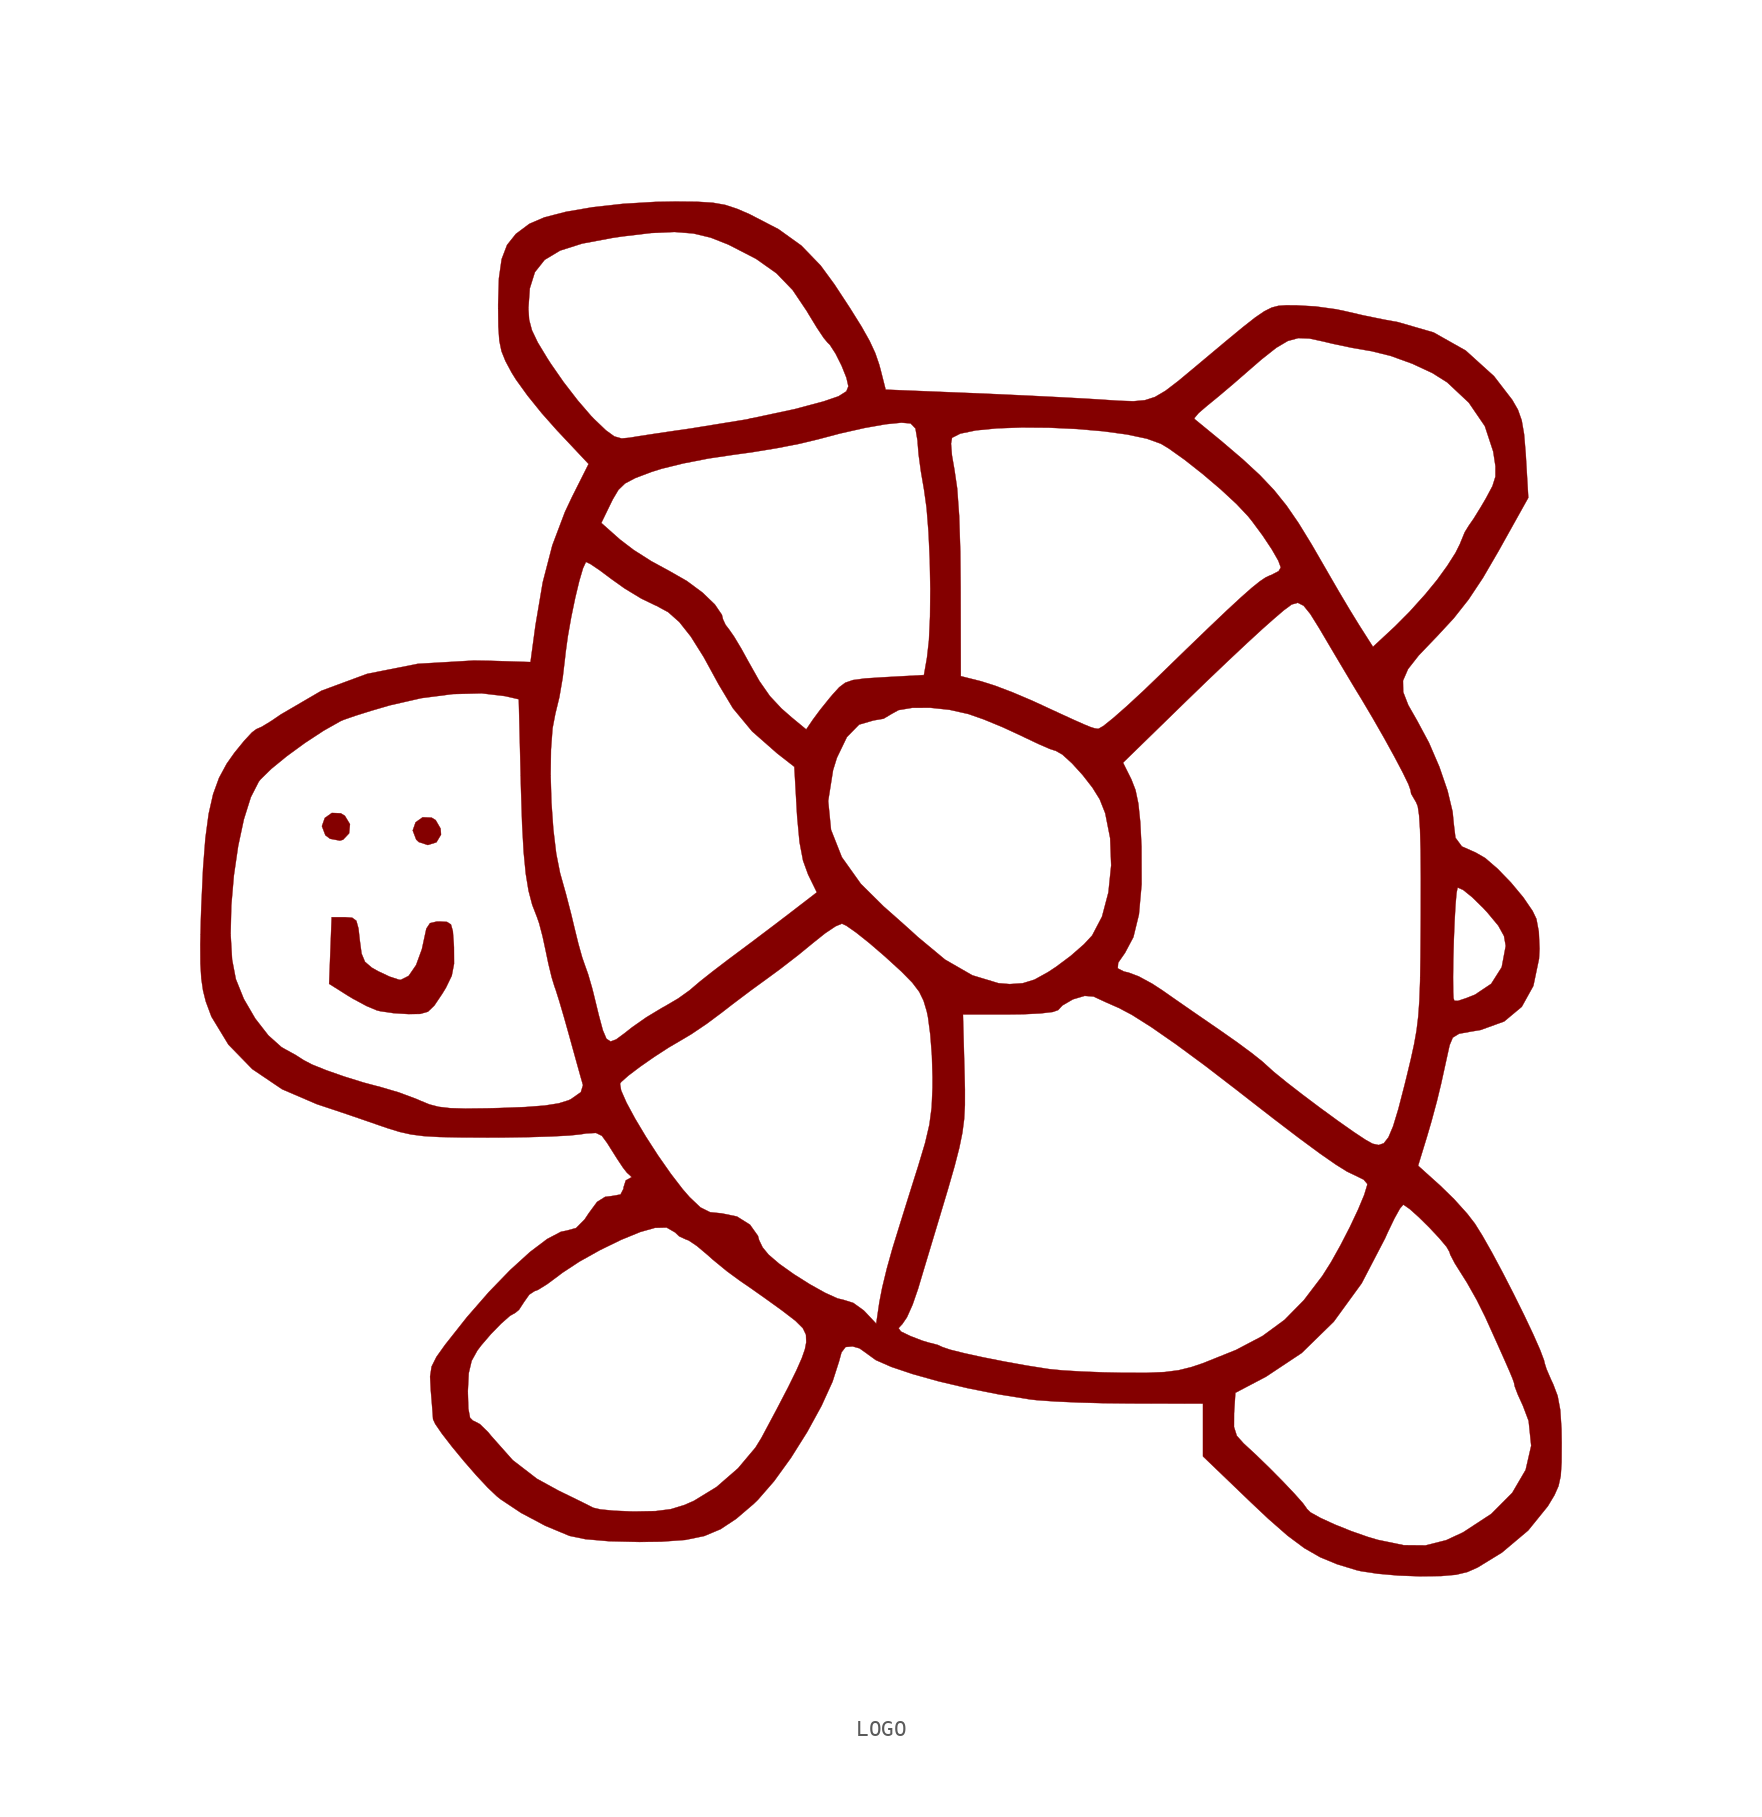
<source format=kicad_sym>
(kicad_symbol_lib
  (version 20220914)
  (generator "bitmap2component")
  (generator_version "9.0")
  (symbol "LOGO"
    (pin_names
      (offset 1.016))
    (property "Reference" "#G"
      (at 0 53.408 0)
      (effects (font (size 1.27 1.27)) hide))
    (symbol "LOGO_0_0"
      (polyline (pts (xy 28.666 -43.471) (xy 29.596 -43.389) (xy 30.303 -43.219) (xy 30.943 -42.936) (xy 32.462 -42.005) (xy 34.105 -40.622) (xy 35.33 -39.109) (xy 35.334 -39.104) (xy 35.744 -38.421) (xy 36 -37.845) (xy 36.138 -37.214) (xy 36.192 -36.367) (xy 36.199 -35.14) (xy 36.187 -34.286) (xy 36.11 -33.094) (xy 35.944 -32.209) (xy 35.668 -31.48) (xy 35.529 -31.184) (xy 35.251 -30.539) (xy 35.137 -30.179) (xy 35.095 -29.989) (xy 34.844 -29.324) (xy 34.41 -28.341) (xy 33.842 -27.142) (xy 33.191 -25.828) (xy 32.509 -24.5) (xy 31.846 -23.26) (xy 31.251 -22.21) (xy 30.777 -21.449) (xy 30.293 -20.823) (xy 29.481 -19.922) (xy 28.621 -19.082) (xy 27.226 -17.827) (xy 27.783 -16.007) (xy 28.061 -15.058) (xy 28.405 -13.78) (xy 28.666 -12.7) (xy 28.793 -12.122) (xy 29.009 -11.138) (xy 29.171 -10.403) (xy 29.198 -10.287) (xy 29.393 -9.822) (xy 29.787 -9.581) (xy 30.55 -9.443) (xy 31.127 -9.348) (xy 32.607 -8.813) (xy 33.705 -7.897) (xy 34.428 -6.593) (xy 34.782 -4.896) (xy 34.814 -4.27) (xy 34.769 -3.213) (xy 34.618 -2.404) (xy 34.381 -1.909) (xy 33.798 -1.057) (xy 33.029 -0.133) (xy 32.193 0.731) (xy 31.412 1.403) (xy 30.804 1.753) (xy 30.779 1.761) (xy 29.961 2.124) (xy 29.56 2.667) (xy 29.453 3.551) (xy 29.381 4.293) (xy 29.067 5.604) (xy 28.555 7.096) (xy 27.904 8.607) (xy 27.169 9.978) (xy 26.61 10.958) (xy 26.295 11.772) (xy 26.282 12.483) (xy 26.596 13.205) (xy 27.262 14.055) (xy 28.307 15.148) (xy 28.385 15.227) (xy 29.457 16.385) (xy 30.381 17.556) (xy 31.276 18.904) (xy 32.257 20.589) (xy 34.112 23.914) (xy 33.964 26.437) (xy 33.951 26.66) (xy 33.849 27.883) (xy 33.7 28.747) (xy 33.466 29.41) (xy 33.11 30.029) (xy 31.967 31.513) (xy 30.2 33.112) (xy 28.194 34.243) (xy 25.979 34.885) (xy 25.112 35.043) (xy 23.813 35.308) (xy 22.709 35.563) (xy 22.102 35.692) (xy 20.814 35.869) (xy 19.595 35.938) (xy 19.52 35.938) (xy 18.957 35.939) (xy 18.503 35.908) (xy 18.084 35.8) (xy 17.624 35.572) (xy 17.047 35.179) (xy 16.279 34.576) (xy 15.242 33.72) (xy 13.864 32.566) (xy 13.298 32.091) (xy 12.237 31.208) (xy 11.436 30.596) (xy 10.78 30.21) (xy 10.153 30.008) (xy 9.44 29.944) (xy 8.526 29.974) (xy 7.296 30.056) (xy 6.404 30.11) (xy 4.79 30.197) (xy 2.92 30.291) (xy 0.958 30.382) (xy -0.929 30.462) (xy -6.047 30.669) (xy -6.366 31.927) (xy -6.457 32.258) (xy -6.698 32.956) (xy -7.046 33.707) (xy -7.553 34.609) (xy -8.27 35.758) (xy -9.249 37.25) (xy -10.109 38.424) (xy -11.312 39.669) (xy -12.745 40.697) (xy -14.561 41.637) (xy -15.341 41.973) (xy -16.073 42.213) (xy -16.846 42.349) (xy -17.825 42.41) (xy -19.179 42.423) (xy -20.43 42.402) (xy -22.449 42.282) (xy -24.349 42.07) (xy -26.025 41.782) (xy -27.372 41.435) (xy -28.284 41.044) (xy -28.352 41.001) (xy -29.157 40.399) (xy -29.706 39.709) (xy -30.044 38.822) (xy -30.215 37.623) (xy -30.263 36.002) (xy -30.263 35.836) (xy -30.262 35.744) (xy -28.372 35.744) (xy -28.285 36.993) (xy -27.966 38.008) (xy -27.355 38.779) (xy -26.389 39.358) (xy -25.008 39.796) (xy -23.148 40.145) (xy -22.471 40.245) (xy -20.684 40.457) (xy -19.257 40.52) (xy -18.067 40.427) (xy -16.993 40.171) (xy -15.912 39.746) (xy -15.822 39.704) (xy -14.149 38.842) (xy -12.872 37.94) (xy -11.857 36.887) (xy -10.97 35.568) (xy -10.865 35.388) (xy -10.344 34.536) (xy -9.922 33.903) (xy -9.683 33.614) (xy -9.538 33.474) (xy -9.178 32.918) (xy -8.799 32.162) (xy -8.499 31.412) (xy -8.377 30.875) (xy -8.505 30.561) (xy -8.993 30.253) (xy -9.93 29.932) (xy -11.732 29.451) (xy -14.605 28.838) (xy 13.249 28.838) (xy 13.25 28.895) (xy 13.512 29.205) (xy 14.043 29.662) (xy 14.094 29.702) (xy 14.786 30.269) (xy 15.681 31.027) (xy 16.601 31.827) (xy 17.448 32.561) (xy 18.363 33.284) (xy 19.088 33.712) (xy 19.741 33.889) (xy 20.436 33.863) (xy 21.29 33.679) (xy 21.883 33.537) (xy 23.108 33.279) (xy 24.184 33.093) (xy 24.309 33.074) (xy 25.524 32.772) (xy 26.864 32.287) (xy 28.11 31.708) (xy 29.04 31.124) (xy 30.392 29.856) (xy 31.396 28.387) (xy 31.919 26.799) (xy 32.059 25.885) (xy 32.057 25.231) (xy 31.87 24.639) (xy 31.459 23.869) (xy 31.154 23.349) (xy 30.701 22.615) (xy 30.385 22.157) (xy 30.141 21.763) (xy 29.859 21.077) (xy 29.849 21.044) (xy 29.564 20.473) (xy 29.049 19.663) (xy 28.408 18.777) (xy 27.676 17.885) (xy 26.69 16.79) (xy 25.781 15.876) (xy 24.406 14.598) (xy 23.59 15.879) (xy 23.52 15.99) (xy 22.954 16.912) (xy 22.277 18.051) (xy 21.62 19.185) (xy 21.511 19.376) (xy 20.568 21.006) (xy 19.759 22.325) (xy 19.004 23.423) (xy 18.224 24.393) (xy 17.339 25.327) (xy 16.267 26.318) (xy 14.931 27.458) (xy 13.249 28.838) (xy -14.605 28.838) (xy -14.767 28.803) (xy -18.239 28.239) (xy -19.215 28.099) (xy -20.448 27.917) (xy -21.452 27.763) (xy -22.075 27.661) (xy -22.549 27.619) (xy -22.999 27.745) (xy -23.523 28.124) (xy -24.263 28.831) (xy -24.46 29.035) (xy -25.286 29.994) (xy -26.18 31.152) (xy -26.98 32.305) (xy -27.175 32.608) (xy -27.788 33.62) (xy -28.152 34.382) (xy -28.326 35.041) (xy -28.372 35.744) (xy -30.262 35.744) (xy -30.249 34.599) (xy -30.189 33.728) (xy -30.052 33.065) (xy -29.806 32.453) (xy -29.42 31.733) (xy -29.149 31.297) (xy -28.432 30.303) (xy -27.536 29.192) (xy -26.594 28.131) (xy -24.611 26.023) (xy -25.647 23.961) (xy -26.089 23.024) (xy -26.348 22.339) (xy -23.815 22.339) (xy -23.207 23.59) (xy -23.095 23.816) (xy -22.747 24.403) (xy -22.329 24.807) (xy -21.693 25.142) (xy -20.69 25.522) (xy -20.037 25.727) (xy -18.679 26.061) (xy -17.111 26.366) (xy -15.537 26.599) (xy -14.419 26.752) (xy -12.849 27.01) (xy -11.395 27.294) (xy -10.268 27.565) (xy -8.886 27.93) (xy -7.358 28.274) (xy -6.051 28.505) (xy -5.061 28.604) (xy -4.488 28.556) (xy -4.185 28.242) (xy -4.053 27.459) (xy -4.052 27.394) (xy -4.044 27.294) (xy -1.962 27.294) (xy -1.9 27.658) (xy -1.379 27.921) (xy -0.405 28.122) (xy 0.908 28.249) (xy 2.459 28.304) (xy 4.148 28.291) (xy 5.874 28.211) (xy 7.537 28.069) (xy 9.036 27.866) (xy 10.271 27.605) (xy 11.141 27.291) (xy 11.644 26.99) (xy 12.629 26.289) (xy 13.759 25.398) (xy 14.891 24.435) (xy 15.883 23.516) (xy 16.596 22.759) (xy 16.846 22.448) (xy 17.505 21.557) (xy 18.082 20.69) (xy 18.49 19.979) (xy 18.645 19.557) (xy 18.51 19.325) (xy 18.037 19.081) (xy 17.969 19.061) (xy 17.696 18.932) (xy 17.332 18.687) (xy 16.835 18.288) (xy 16.165 17.697) (xy 15.277 16.876) (xy 14.132 15.787) (xy 12.687 14.394) (xy 10.9 12.658) (xy 10.054 11.845) (xy 9.029 10.897) (xy 8.173 10.145) (xy 7.557 9.65) (xy 7.252 9.476) (xy 7.181 9.48) (xy 7.005 9.507) (xy 6.757 9.585) (xy 6.352 9.75) (xy 5.707 10.037) (xy 4.738 10.481) (xy 3.363 11.117) (xy 3.082 11.245) (xy 1.895 11.749) (xy 0.77 12.176) (xy -0.082 12.445) (xy -1.351 12.764) (xy -1.361 18.339) (xy -1.381 20.544) (xy -1.453 22.779) (xy -1.575 24.486) (xy -1.749 25.67) (xy -1.905 26.566) (xy -1.962 27.294) (xy -4.044 27.294) (xy -3.989 26.622) (xy -3.845 25.558) (xy -3.648 24.411) (xy -3.491 23.283) (xy -3.369 21.756) (xy -3.29 20.015) (xy -3.258 18.21) (xy -3.274 16.492) (xy -3.342 15.011) (xy -3.465 13.916) (xy -3.655 12.835) (xy -6.102 12.7) (xy -6.218 12.694) (xy -7.345 12.621) (xy -8.084 12.523) (xy -8.573 12.354) (xy -8.952 12.068) (xy -9.36 11.619) (xy -9.552 11.392) (xy -10.148 10.652) (xy -10.591 10.054) (xy -11.011 9.435) (xy -11.923 10.189) (xy -12.555 10.742) (xy -13.284 11.523) (xy -13.935 12.456) (xy -14.644 13.716) (xy -15.061 14.474) (xy -15.518 15.236) (xy -15.838 15.694) (xy -16.054 15.976) (xy -16.213 16.32) (xy -16.279 16.597) (xy -16.721 17.246) (xy -17.487 17.984) (xy -18.472 18.713) (xy -19.569 19.34) (xy -20.689 19.948) (xy -21.797 20.654) (xy -22.649 21.304) (xy -23.815 22.339) (xy -26.348 22.339) (xy -26.876 20.941) (xy -27.475 18.631) (xy -27.93 15.943) (xy -28.241 13.646) (xy -30.806 13.725) (xy -31.784 13.741) (xy -35.283 13.536) (xy -38.454 12.907) (xy -41.305 11.853) (xy -43.843 10.371) (xy -44.414 9.981) (xy -45.031 9.603) (xy -45.364 9.457) (xy -45.368 9.457) (xy -45.65 9.245) (xy -46.144 8.712) (xy -46.747 7.971) (xy -47.221 7.3) (xy -47.703 6.409) (xy -48.074 5.389) (xy -48.353 4.159) (xy -48.557 2.635) (xy -48.704 0.736) (xy -48.812 -1.621) (xy -48.838 -2.39) (xy -48.861 -3.363) (xy -46.979 -3.363) (xy -46.937 -1.569) (xy -46.776 0.308) (xy -46.508 2.146) (xy -46.151 3.818) (xy -45.716 5.202) (xy -45.22 6.172) (xy -45.107 6.315) (xy -44.434 6.973) (xy -43.463 7.766) (xy -42.328 8.594) (xy -41.166 9.356) (xy -40.113 9.951) (xy -39.904 10.04) (xy -39.19 10.288) (xy -38.18 10.605) (xy -37.021 10.943) (xy -35.057 11.39) (xy -33.09 11.644) (xy -31.292 11.69) (xy -29.822 11.515) (xy -28.974 11.32) (xy -28.857 6.577) (xy -26.982 6.577) (xy -26.961 8.17) (xy -26.862 9.508) (xy -26.681 10.452) (xy -26.668 10.496) (xy -26.437 11.45) (xy -26.227 12.675) (xy -26.08 13.916) (xy -26.053 14.186) (xy -25.907 15.254) (xy -25.695 16.454) (xy -25.447 17.651) (xy -25.192 18.713) (xy -24.959 19.506) (xy -24.777 19.898) (xy -24.772 19.901) (xy -24.5 19.772) (xy -23.93 19.389) (xy -23.178 18.827) (xy -22.357 18.242) (xy -21.321 17.614) (xy -20.445 17.19) (xy -20.38 17.164) (xy -19.642 16.766) (xy -18.941 16.145) (xy -18.219 15.233) (xy -17.418 13.956) (xy -16.483 12.245) (xy -15.593 10.761) (xy -14.392 9.313) (xy -12.832 7.942) (xy -11.755 7.101) (xy -11.634 4.964) (xy -9.638 4.964) (xy -9.333 6.889) (xy -9.093 7.663) (xy -8.469 8.957) (xy -7.704 9.737) (xy -6.801 9.998) (xy -6.177 10.105) (xy -5.675 10.403) (xy -5.241 10.643) (xy -4.385 10.785) (xy -3.277 10.791) (xy -2.062 10.663) (xy -0.881 10.399) (xy -0.875 10.397) (xy 0.081 10.062) (xy 1.258 9.577) (xy 2.403 9.048) (xy 2.619 8.942) (xy 3.518 8.517) (xy 4.205 8.219) (xy 4.545 8.107) (xy 4.57 8.105) (xy 4.991 7.868) (xy 5.592 7.321) (xy 6.258 6.59) (xy 6.875 5.798) (xy 7.328 5.071) (xy 7.673 4.199) (xy 7.981 2.644) (xy 8.045 0.94) (xy 7.872 -0.75) (xy 7.472 -2.265) (xy 6.854 -3.444) (xy 6.343 -3.993) (xy 5.516 -4.716) (xy 4.596 -5.403) (xy 4.458 -5.494) (xy 8.455 -5.494) (xy 8.484 -5.143) (xy 8.914 -4.524) (xy 9.435 -3.544) (xy 9.781 -2.124) (xy 9.948 -0.245) (xy 9.941 2.119) (xy 9.866 3.63) (xy 9.745 4.796) (xy 9.566 5.651) (xy 9.309 6.312) (xy 8.788 7.356) (xy 12.707 11.176) (xy 12.717 11.186) (xy 14.03 12.456) (xy 15.325 13.691) (xy 16.51 14.804) (xy 17.494 15.709) (xy 18.184 16.32) (xy 18.837 16.881) (xy 19.323 17.241) (xy 19.707 17.349) (xy 20.07 17.166) (xy 20.489 16.649) (xy 21.043 15.76) (xy 21.812 14.457) (xy 22.091 13.986) (xy 22.66 13.029) (xy 23.112 12.272) (xy 23.367 11.849) (xy 23.676 11.345) (xy 24.392 10.137) (xy 25.099 8.902) (xy 25.741 7.736) (xy 26.266 6.739) (xy 26.621 6.009) (xy 26.751 5.644) (xy 26.791 5.414) (xy 27.089 4.902) (xy 27.093 4.899) (xy 27.204 4.633) (xy 27.287 4.071) (xy 27.346 3.165) (xy 27.382 1.865) (xy 27.396 0.124) (xy 27.392 -2.11) (xy 27.388 -2.851) (xy 27.373 -4.783) (xy 27.353 -6.048) (xy 29.411 -6.048) (xy 29.425 -4.917) (xy 29.459 -3.699) (xy 29.507 -2.519) (xy 29.565 -1.504) (xy 29.628 -0.777) (xy 29.691 -0.465) (xy 29.718 -0.452) (xy 30.045 -0.599) (xy 30.606 -1.053) (xy 31.298 -1.732) (xy 31.554 -2.007) (xy 32.237 -2.83) (xy 32.593 -3.475) (xy 32.696 -4.064) (xy 32.695 -4.122) (xy 32.45 -5.423) (xy 31.791 -6.461) (xy 30.778 -7.139) (xy 30.226 -7.357) (xy 29.715 -7.527) (xy 29.495 -7.522) (xy 29.438 -7.363) (xy 29.419 -6.965) (xy 29.411 -6.048) (xy 27.353 -6.048) (xy 27.349 -6.304) (xy 27.305 -7.512) (xy 27.234 -8.504) (xy 27.128 -9.377) (xy 26.977 -10.228) (xy 26.774 -11.155) (xy 26.509 -12.256) (xy 26.381 -12.776) (xy 25.988 -14.296) (xy 25.662 -15.367) (xy 25.371 -16.055) (xy 25.082 -16.424) (xy 24.764 -16.535) (xy 24.384 -16.454) (xy 23.953 -16.215) (xy 23.194 -15.712) (xy 22.216 -15.024) (xy 21.125 -14.228) (xy 20.024 -13.401) (xy 19.016 -12.62) (xy 18.206 -11.961) (xy 17.698 -11.502) (xy 17.466 -11.293) (xy 16.802 -10.768) (xy 15.891 -10.095) (xy 14.86 -9.372) (xy 14.325 -9.004) (xy 13.148 -8.193) (xy 12.055 -7.435) (xy 11.226 -6.855) (xy 10.609 -6.453) (xy 9.766 -5.996) (xy 9.132 -5.758) (xy 8.847 -5.693) (xy 8.455 -5.494) (xy 4.458 -5.494) (xy 4.097 -5.732) (xy 3.252 -6.199) (xy 2.522 -6.424) (xy 1.704 -6.479) (xy 1.001 -6.422) (xy -0.627 -5.93) (xy -2.329 -4.952) (xy -4.06 -3.513) (xy -4.128 -3.448) (xy -4.609 -3.011) (xy -5.335 -2.364) (xy -6.177 -1.621) (xy -7.595 -0.216) (xy -8.784 1.452) (xy -9.46 3.165) (xy -9.638 4.964) (xy -11.634 4.964) (xy -11.597 4.294) (xy -11.576 3.96) (xy -11.43 2.395) (xy -11.209 1.236) (xy -10.894 0.37) (xy -10.349 -0.745) (xy -11.997 -2.014) (xy -12.111 -2.102) (xy -13.195 -2.927) (xy -14.436 -3.864) (xy -15.589 -4.724) (xy -15.919 -4.97) (xy -16.856 -5.686) (xy -17.644 -6.309) (xy -18.137 -6.728) (xy -18.291 -6.861) (xy -19.012 -7.377) (xy -19.842 -7.865) (xy -20.024 -7.963) (xy -21.003 -8.554) (xy -21.887 -9.173) (xy -22.379 -9.561) (xy -22.887 -9.936) (xy -23.238 -10.065) (xy -23.495 -9.893) (xy -23.719 -9.365) (xy -23.971 -8.427) (xy -24.312 -7.025) (xy -24.394 -6.707) (xy -24.64 -5.863) (xy -24.851 -5.269) (xy -25.011 -4.808) (xy -25.247 -3.966) (xy -25.491 -2.972) (xy -25.689 -2.143) (xy -26.025 -0.845) (xy -26.338 0.27) (xy -26.392 0.46) (xy -26.632 1.672) (xy -26.813 3.189) (xy -26.932 4.871) (xy -26.982 6.577) (xy -28.857 6.577) (xy -28.84 5.862) (xy -28.834 5.649) (xy -28.764 3.488) (xy -28.669 1.774) (xy -28.538 0.424) (xy -28.363 -0.648) (xy -28.132 -1.527) (xy -27.834 -2.297) (xy -27.701 -2.679) (xy -27.487 -3.493) (xy -27.279 -4.458) (xy -27.125 -5.197) (xy -26.914 -6.067) (xy -26.744 -6.62) (xy -26.666 -6.837) (xy -26.44 -7.553) (xy -26.143 -8.564) (xy -25.816 -9.728) (xy -25.631 -10.399) (xy -25.333 -11.473) (xy -25.101 -12.304) (xy -24.986 -12.703) (xy -22.646 -12.703) (xy -22.568 -12.593) (xy -22.121 -12.197) (xy -21.396 -11.648) (xy -20.515 -11.034) (xy -19.602 -10.442) (xy -18.781 -9.961) (xy -18.192 -9.611) (xy -17.234 -8.965) (xy -16.299 -8.269) (xy -15.6 -7.727) (xy -14.447 -6.859) (xy -13.376 -6.08) (xy -12.639 -5.539) (xy -11.502 -4.66) (xy -10.512 -3.85) (xy -9.823 -3.301) (xy -9.176 -2.868) (xy -8.782 -2.702) (xy -8.501 -2.832) (xy -7.888 -3.262) (xy -7.06 -3.922) (xy -6.114 -4.737) (xy -6.069 -4.777) (xy -5.062 -5.696) (xy -4.384 -6.386) (xy -3.951 -6.957) (xy -3.677 -7.519) (xy -3.478 -8.182) (xy -3.403 -8.541) (xy -3.259 -9.627) (xy -3.157 -10.948) (xy -3.118 -12.295) (xy -3.12 -12.957) (xy -3.172 -14.185) (xy -3.314 -15.262) (xy -3.582 -16.405) (xy -4.01 -17.834) (xy -4.239 -18.557) (xy -4.723 -20.097) (xy -5.194 -21.608) (xy -5.577 -22.847) (xy -5.628 -23.015) (xy -5.972 -24.247) (xy -6.262 -25.441) (xy -6.441 -26.36) (xy -6.637 -27.697) (xy -7.335 -26.954) (xy -7.418 -26.87) (xy -8.069 -26.401) (xy -8.68 -26.21) (xy -9.06 -26.119) (xy -9.828 -25.77) (xy -10.78 -25.239) (xy -11.778 -24.61) (xy -12.685 -23.965) (xy -13.362 -23.387) (xy -13.736 -22.931) (xy -13.957 -22.473) (xy -14.026 -22.213) (xy -14.525 -21.512) (xy -15.337 -21.003) (xy -16.291 -20.806) (xy -17.02 -20.733) (xy -17.621 -20.433) (xy -18.296 -19.793) (xy -18.724 -19.301) (xy -19.475 -18.325) (xy -20.263 -17.198) (xy -21.026 -16.017) (xy -21.706 -14.879) (xy -22.243 -13.883) (xy -22.576 -13.125) (xy -22.646 -12.703) (xy -24.986 -12.703) (xy -24.971 -12.753) (xy -24.961 -12.793) (xy -25.093 -13.231) (xy -25.719 -13.671) (xy -25.86 -13.738) (xy -26.474 -13.93) (xy -27.35 -14.068) (xy -28.581 -14.162) (xy -30.259 -14.225) (xy -30.973 -14.242) (xy -32.308 -14.258) (xy -33.271 -14.23) (xy -33.98 -14.147) (xy -34.551 -13.999) (xy -35.102 -13.774) (xy -35.354 -13.663) (xy -36.465 -13.248) (xy -37.534 -12.933) (xy -37.546 -12.93) (xy -38.671 -12.63) (xy -39.871 -12.257) (xy -40.996 -11.864) (xy -41.896 -11.502) (xy -42.423 -11.225) (xy -42.908 -10.913) (xy -43.589 -10.539) (xy -43.809 -10.411) (xy -44.623 -9.682) (xy -45.441 -8.63) (xy -46.154 -7.407) (xy -46.654 -6.167) (xy -46.887 -4.947) (xy -46.979 -3.363) (xy -48.861 -3.363) (xy -48.875 -3.993) (xy -48.868 -5.206) (xy -48.812 -6.135) (xy -48.702 -6.886) (xy -48.532 -7.566) (xy -48.179 -8.516) (xy -47.12 -10.259) (xy -45.629 -11.79) (xy -43.765 -13.05) (xy -41.592 -13.983) (xy -41.526 -14.005) (xy -40.361 -14.392) (xy -38.99 -14.857) (xy -37.695 -15.305) (xy -37.171 -15.485) (xy -36.42 -15.716) (xy -35.709 -15.875) (xy -34.922 -15.977) (xy -33.941 -16.035) (xy -32.653 -16.061) (xy -30.939 -16.07) (xy -29.884 -16.066) (xy -28.31 -16.042) (xy -26.912 -15.999) (xy -25.811 -15.941) (xy -25.13 -15.871) (xy -24.758 -15.812) (xy -24.149 -15.78) (xy -23.781 -15.959) (xy -23.449 -16.412) (xy -23.378 -16.525) (xy -22.817 -17.415) (xy -22.454 -17.96) (xy -22.214 -18.265) (xy -22.022 -18.438) (xy -21.92 -18.543) (xy -22.09 -18.64) (xy -22.287 -18.744) (xy -22.428 -19.185) (xy -22.43 -19.267) (xy -22.615 -19.626) (xy -23.184 -19.725) (xy -23.578 -19.774) (xy -24.081 -20.09) (xy -24.603 -20.799) (xy -24.86 -21.186) (xy -25.391 -21.72) (xy -25.964 -21.88) (xy -26.341 -21.956) (xy -27.203 -22.41) (xy -28.279 -23.224) (xy -29.512 -24.346) (xy -30.844 -25.721) (xy -32.219 -27.297) (xy -33.579 -29.018) (xy -34.121 -29.778) (xy -34.422 -30.381) (xy -34.515 -31.005) (xy -34.471 -31.873) (xy -34.461 -31.994) (xy -32.155 -31.994) (xy -32.155 -31.891) (xy -32.1 -30.792) (xy -31.917 -30.02) (xy -31.563 -29.38) (xy -31.315 -29.052) (xy -30.712 -28.35) (xy -30.073 -27.695) (xy -29.523 -27.21) (xy -29.189 -27.021) (xy -28.962 -26.835) (xy -28.643 -26.346) (xy -28.317 -25.884) (xy -27.989 -25.668) (xy -27.758 -25.579) (xy -27.194 -25.228) (xy -26.484 -24.701) (xy -26.25 -24.522) (xy -25.176 -23.817) (xy -23.899 -23.104) (xy -22.581 -22.461) (xy -21.381 -21.97) (xy -20.462 -21.71) (xy -19.735 -21.692) (xy -19.207 -21.996) (xy -18.951 -22.24) (xy -18.544 -22.429) (xy -18.357 -22.498) (xy -17.838 -22.848) (xy -17.19 -23.394) (xy -16.866 -23.683) (xy -15.973 -24.416) (xy -15.163 -25.011) (xy -14.475 -25.483) (xy -13.531 -26.15) (xy -12.565 -26.846) (xy -12.504 -26.891) (xy -11.683 -27.522) (xy -11.223 -27.98) (xy -5.241 -27.98) (xy -5.028 -27.748) (xy -5.012 -27.736) (xy -4.716 -27.3) (xy -4.363 -26.512) (xy -4.026 -25.535) (xy -4.021 -25.52) (xy -3.648 -24.272) (xy -3.212 -22.823) (xy -2.808 -21.482) (xy -2.699 -21.12) (xy -2.151 -19.29) (xy -1.739 -17.857) (xy -1.446 -16.718) (xy -1.252 -15.771) (xy -1.141 -14.914) (xy -1.095 -14.044) (xy -1.094 -13.057) (xy -1.122 -11.853) (xy -1.216 -8.376) (xy 1.673 -8.376) (xy 2.543 -8.365) (xy 3.635 -8.311) (xy 4.399 -8.221) (xy 4.73 -8.104) (xy 4.999 -7.815) (xy 5.656 -7.432) (xy 6.389 -7.215) (xy 6.954 -7.258) (xy 7.077 -7.319) (xy 7.72 -7.616) (xy 8.512 -7.965) (xy 9.339 -8.4) (xy 10.563 -9.175) (xy 12.097 -10.241) (xy 13.892 -11.563) (xy 15.899 -13.106) (xy 16.121 -13.28) (xy 18.138 -14.848) (xy 19.778 -16.098) (xy 21.076 -17.056) (xy 22.065 -17.745) (xy 22.781 -18.193) (xy 23.259 -18.422) (xy 23.274 -18.427) (xy 23.822 -18.698) (xy 24.049 -18.963) (xy 24.041 -19.048) (xy 23.858 -19.651) (xy 23.478 -20.561) (xy 22.965 -21.65) (xy 22.379 -22.789) (xy 21.785 -23.852) (xy 21.244 -24.708) (xy 20.086 -26.23) (xy 18.875 -27.461) (xy 17.505 -28.466) (xy 15.849 -29.338) (xy 13.782 -30.168) (xy 13.065 -30.409) (xy 12.26 -30.609) (xy 11.382 -30.722) (xy 10.275 -30.768) (xy 8.783 -30.766) (xy 7.594 -30.742) (xy 6.204 -30.689) (xy 5.011 -30.618) (xy 4.188 -30.538) (xy 4.05 -30.518) (xy 2.766 -30.315) (xy 1.394 -30.068) (xy 0.057 -29.804) (xy -1.12 -29.547) (xy -2.013 -29.325) (xy -2.496 -29.161) (xy -2.784 -29.028) (xy -3.206 -28.913) (xy -3.274 -28.904) (xy -3.759 -28.759) (xy -4.455 -28.491) (xy -4.503 -28.471) (xy -5.09 -28.189) (xy -5.241 -27.98) (xy -11.223 -27.98) (xy -11.22 -27.982) (xy -11.026 -28.389) (xy -11.01 -28.86) (xy -11.012 -28.881) (xy -11.092 -29.295) (xy -11.287 -29.855) (xy -11.627 -30.625) (xy -12.141 -31.67) (xy -12.862 -33.056) (xy -13.818 -34.847) (xy -14.183 -35.439) (xy -15.274 -36.736) (xy -16.617 -37.904) (xy -18.024 -38.766) (xy -18.633 -39.033) (xy -19.474 -39.29) (xy -20.422 -39.411) (xy -21.692 -39.435) (xy -21.987 -39.431) (xy -23.04 -39.386) (xy -23.871 -39.305) (xy -24.319 -39.201) (xy -24.328 -39.196) (xy -24.78 -38.967) (xy -25.552 -38.586) (xy -26.481 -38.134) (xy -27.834 -37.393) (xy -29.349 -36.227) (xy -30.69 -34.719) (xy -30.887 -34.478) (xy -31.401 -33.976) (xy -31.782 -33.776) (xy -31.821 -33.773) (xy -32.019 -33.576) (xy -32.124 -33.011) (xy -32.155 -31.994) (xy -34.461 -31.994) (xy -34.42 -32.487) (xy -34.36 -33.25) (xy -34.331 -33.671) (xy -34.195 -33.965) (xy -33.77 -34.583) (xy -33.139 -35.398) (xy -32.393 -36.302) (xy -31.619 -37.19) (xy -30.905 -37.954) (xy -30.34 -38.489) (xy -30.102 -38.679) (xy -28.828 -39.526) (xy -27.322 -40.327) (xy -25.825 -40.951) (xy -25.794 -40.962) (xy -24.808 -41.166) (xy -23.339 -41.294) (xy -21.437 -41.339) (xy -20.062 -41.321) (xy -18.57 -41.214) (xy -17.381 -40.969) (xy -16.362 -40.542) (xy -15.378 -39.888) (xy -14.296 -38.964) (xy -14.03 -38.707) (xy -13.019 -37.544) (xy -11.965 -36.086) (xy -10.95 -34.471) (xy -10.056 -32.838) (xy -9.366 -31.323) (xy -8.962 -30.065) (xy -8.806 -29.493) (xy -8.55 -29.158) (xy -8.114 -29.119) (xy -7.681 -29.241) (xy -7.188 -29.591) (xy -7.181 -29.6) (xy -6.66 -29.976) (xy -5.69 -30.401) (xy -4.354 -30.85) (xy -2.736 -31.302) (xy -0.92 -31.731) (xy 1.011 -32.115) (xy 2.972 -32.431) (xy 3.397 -32.479) (xy 4.517 -32.559) (xy 5.96 -32.624) (xy 7.586 -32.669) (xy 9.255 -32.687) (xy 13.781 -32.696) (xy 13.781 -34.152) (xy 15.721 -34.152) (xy 15.725 -33.298) (xy 15.807 -32.02) (xy 17.689 -31.031) (xy 17.72 -31.015) (xy 19.953 -29.532) (xy 21.954 -27.578) (xy 23.698 -25.18) (xy 25.163 -22.365) (xy 25.324 -22.004) (xy 25.749 -21.12) (xy 26.092 -20.504) (xy 26.291 -20.271) (xy 26.331 -20.279) (xy 26.697 -20.532) (xy 27.268 -21.043) (xy 27.924 -21.69) (xy 28.542 -22.35) (xy 29.003 -22.898) (xy 29.183 -23.212) (xy 29.236 -23.387) (xy 29.52 -23.932) (xy 29.967 -24.643) (xy 30.282 -25.142) (xy 30.892 -26.223) (xy 31.423 -27.291) (xy 31.509 -27.482) (xy 32.167 -28.94) (xy 32.635 -29.987) (xy 32.946 -30.697) (xy 33.13 -31.142) (xy 33.22 -31.397) (xy 33.245 -31.532) (xy 33.267 -31.63) (xy 33.456 -32.127) (xy 33.776 -32.831) (xy 34.132 -33.776) (xy 34.292 -35.325) (xy 33.944 -36.837) (xy 33.106 -38.27) (xy 31.799 -39.583) (xy 30.042 -40.734) (xy 28.978 -41.229) (xy 27.69 -41.554) (xy 26.327 -41.542) (xy 24.705 -41.207) (xy 24.093 -41.026) (xy 23.047 -40.66) (xy 22.016 -40.246) (xy 21.127 -39.838) (xy 20.502 -39.491) (xy 20.266 -39.259) (xy 20.26 -39.236) (xy 20.022 -38.909) (xy 19.497 -38.319) (xy 18.776 -37.558) (xy 17.948 -36.721) (xy 17.104 -35.901) (xy 16.334 -35.19) (xy 16.323 -35.18) (xy 15.896 -34.703) (xy 15.721 -34.152) (xy 13.781 -34.152) (xy 13.781 -34.343) (xy 13.781 -35.991) (xy 16.779 -38.87) (xy 17.868 -39.896) (xy 19.071 -40.949) (xy 20.112 -41.724) (xy 21.101 -42.293) (xy 22.151 -42.728) (xy 23.373 -43.101) (xy 23.652 -43.166) (xy 24.693 -43.324) (xy 25.979 -43.438) (xy 27.295 -43.486) (xy 27.358 -43.487) (xy 28.666 -43.471)) (stroke (width 0.01) (type default)) (fill (type outline)))
      (polyline (pts (xy -35.136 -8.343) (xy -34.648 -8.204) (xy -34.251 -7.824) (xy -33.76 -7.093) (xy -33.526 -6.711) (xy -33.161 -5.957) (xy -33.017 -5.206) (xy -33.023 -4.188) (xy -33.033 -3.981) (xy -33.092 -3.171) (xy -33.211 -2.751) (xy -33.459 -2.592) (xy -33.904 -2.567) (xy -34.103 -2.571) (xy -34.522 -2.67) (xy -34.75 -3.014) (xy -34.91 -3.75) (xy -35.028 -4.298) (xy -35.39 -5.287) (xy -35.853 -5.964) (xy -36.351 -6.215) (xy -36.462 -6.202) (xy -37.037 -6.014) (xy -37.763 -5.674) (xy -38.157 -5.451) (xy -38.583 -5.086) (xy -38.796 -4.573) (xy -38.911 -3.715) (xy -38.99 -3.003) (xy -39.123 -2.52) (xy -39.382 -2.33) (xy -39.856 -2.297) (xy -40.667 -2.297) (xy -40.746 -4.38) (xy -40.825 -6.464) (xy -39.678 -7.188) (xy -39.313 -7.408) (xy -38.485 -7.851) (xy -37.843 -8.121) (xy -37.623 -8.175) (xy -36.802 -8.295) (xy -35.865 -8.353) (xy -35.136 -8.343)) (stroke (width 0.01) (type default)) (fill (type outline)))
      (polyline (pts (xy -34.118 2.38) (xy -33.831 2.861) (xy -33.858 3.238) (xy -34.166 3.769) (xy -34.419 3.924) (xy -34.981 3.946) (xy -35.421 3.633) (xy -35.601 3.122) (xy -35.384 2.551) (xy -35.222 2.396) (xy -34.655 2.211) (xy -34.118 2.38)) (stroke (width 0.01) (type default)) (fill (type outline)))
      (polyline (pts (xy -39.952 2.543) (xy -39.574 2.942) (xy -39.522 3.514) (xy -39.84 4.04) (xy -40.094 4.194) (xy -40.655 4.217) (xy -41.095 3.904) (xy -41.276 3.392) (xy -41.059 2.821) (xy -40.767 2.602) (xy -40.15 2.486) (xy -39.952 2.543)) (stroke (width 0.01) (type default)) (fill (type outline))))))
</source>
